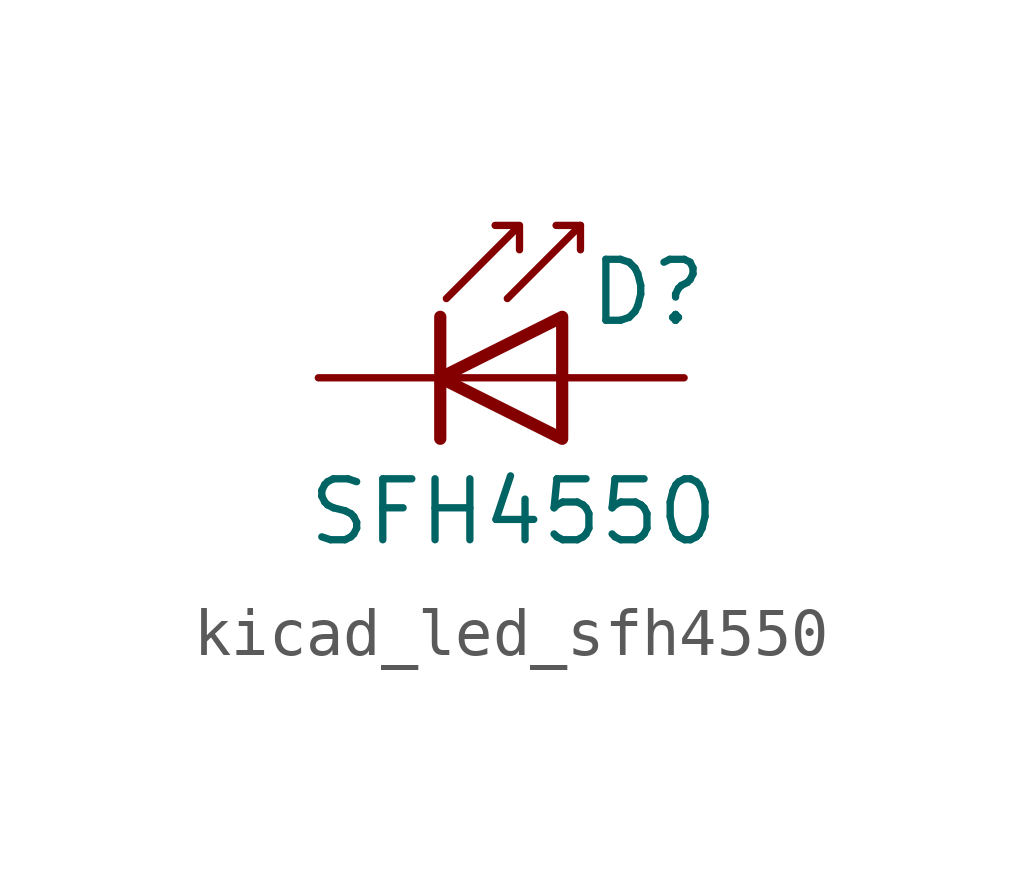
<source format=kicad_sym>
(kicad_symbol_lib
  (version 20220914)
  (generator kicad_symbol_editor)
  (symbol "kicad_led_sfh4550"
    (pin_numbers hide)
    (pin_names
      (offset 1.016) hide)
    (property "Reference" "D"
      (at 0.508 1.778 0)
      (effects (font (size 1.27 1.27)) (justify left)))
    (property "Value" "SFH4550"
      (at -1.016 -2.794 0)
      (effects (font (size 1.27 1.27))))
    (symbol "kicad_led_sfh4550_0_1"
      (polyline (pts (xy -2.54 1.27) (xy -2.54 -1.27)) (stroke (width 0.254) (type default)) (fill (type none)))
      (polyline (pts (xy 0 0) (xy -2.54 0)) (stroke (width 0) (type default)) (fill (type none)))
      (polyline (pts (xy 0.381 3.175) (xy -0.127 3.175)) (stroke (width 0) (type default)) (fill (type none)))
      (polyline (pts (xy -1.143 1.651) (xy 0.381 3.175) (xy 0.381 2.667)) (stroke (width 0) (type default)) (fill (type none)))
      (polyline (pts (xy 0 -1.27) (xy -2.54 0) (xy 0 1.27) (xy 0 -1.27)) (stroke (width 0.254) (type default)) (fill (type none)))
      (polyline (pts (xy -2.413 1.651) (xy -0.889 3.175) (xy -0.889 2.667) (xy -0.889 3.175) (xy -1.397 3.175)) (stroke (width 0) (type default)) (fill (type none))))
    (symbol "kicad_led_sfh4550_1_1"
      (pin passive line (at -5.08 0 0) (length 2.54) (name "K" (effects (font (size 1.27 1.27)))) (number "1" (effects (font (size 1.27 1.27)))))
      (pin passive line (at 2.54 0 180) (length 2.54) (name "A" (effects (font (size 1.27 1.27)))) (number "2" (effects (font (size 1.27 1.27))))))))
</source>
